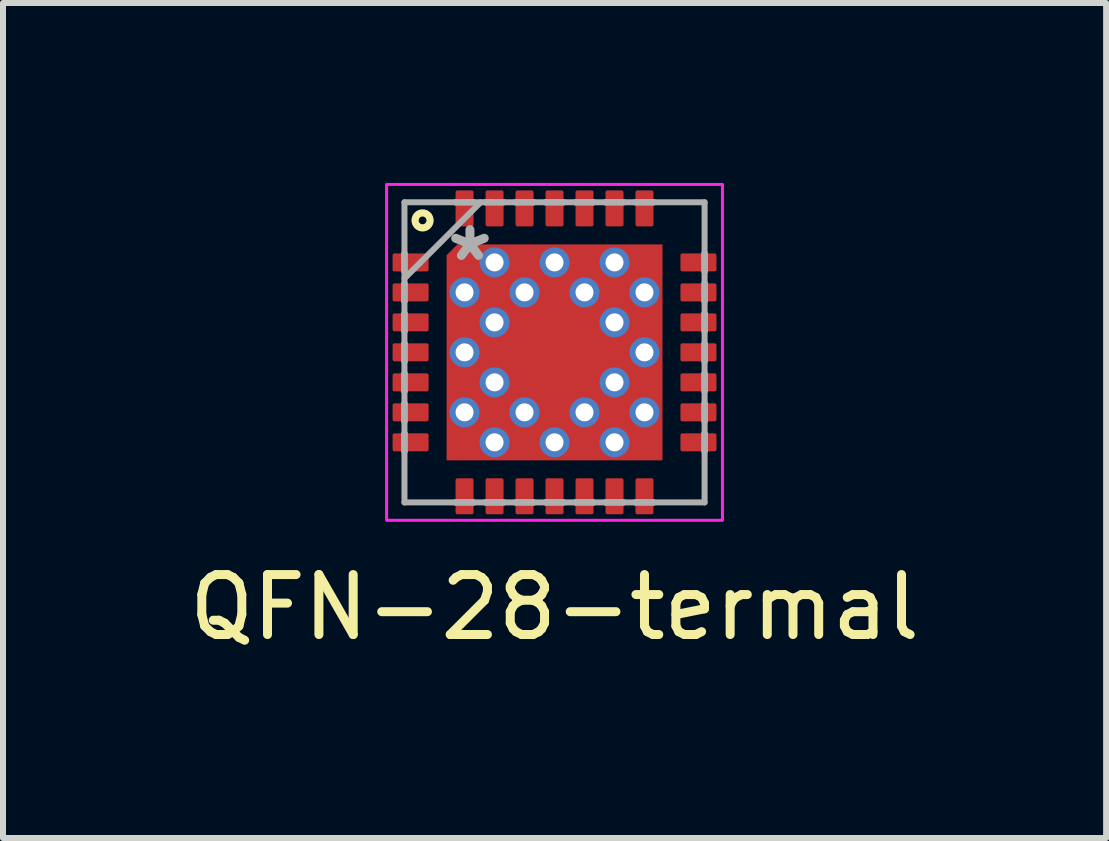
<source format=kicad_pcb>
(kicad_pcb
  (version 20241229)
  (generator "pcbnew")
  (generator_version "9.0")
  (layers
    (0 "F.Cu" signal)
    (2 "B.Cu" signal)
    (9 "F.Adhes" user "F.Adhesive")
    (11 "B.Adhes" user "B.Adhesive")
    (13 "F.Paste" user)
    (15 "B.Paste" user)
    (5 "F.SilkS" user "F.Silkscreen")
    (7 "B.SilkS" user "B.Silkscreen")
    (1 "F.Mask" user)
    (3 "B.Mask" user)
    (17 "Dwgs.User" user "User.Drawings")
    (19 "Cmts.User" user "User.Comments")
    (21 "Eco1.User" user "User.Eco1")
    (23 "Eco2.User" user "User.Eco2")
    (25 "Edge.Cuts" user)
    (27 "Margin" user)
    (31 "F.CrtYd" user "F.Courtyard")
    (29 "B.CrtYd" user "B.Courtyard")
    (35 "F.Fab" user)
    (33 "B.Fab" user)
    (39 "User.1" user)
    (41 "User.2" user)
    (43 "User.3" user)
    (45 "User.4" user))
  (footprint "QFN-28-termal"
    (layer "F.Cu")
    (at 6.196 2.825)
    (property "Reference" "QFN-28-termal" (at 0 4.25 0) (layer "F.SilkS") (effects (font (size 1 1) (thickness 0.15))))
    (attr smd)
    (fp_circle (center -2.2 -2.2) (end -2.075 -2.2) (stroke (width 0.12) (type solid)) (fill no) (layer "F.SilkS"))
    (fp_rect (start -1.7 -0.4) (end -1.4 -0.6) (stroke (width 0.11) (type solid)) (fill yes) (layer "F.Paste"))
    (fp_rect (start -1.7 0.6) (end -1.4 0.4) (stroke (width 0.1) (type solid)) (fill yes) (layer "F.Paste"))
    (fp_rect (start -1.7 1.7) (end -1.4 1.4) (stroke (width 0.1) (type solid)) (fill yes) (layer "F.Paste"))
    (fp_rect (start -1.1 -1.1) (end -0.9 -0.9) (stroke (width 0.1) (type solid)) (fill yes) (layer "F.Paste"))
    (fp_rect (start -1.1 1.1) (end -0.9 0.9) (stroke (width 0.1) (type solid)) (fill yes) (layer "F.Paste"))
    (fp_rect (start -0.6 -1.7) (end -0.4 -1.4) (stroke (width 0.1) (type solid)) (fill yes) (layer "F.Paste"))
    (fp_rect (start -0.4 1.7) (end -0.6 1.4) (stroke (width 0.11) (type solid)) (fill yes) (layer "F.Paste"))
    (fp_rect (start 0.4 -1.7) (end 0.6 -1.4) (stroke (width 0.11) (type solid)) (fill yes) (layer "F.Paste"))
    (fp_rect (start 0.6 1.7) (end 0.4 1.4) (stroke (width 0.1) (type solid)) (fill yes) (layer "F.Paste"))
    (fp_rect (start 1.1 -1.1) (end 0.9 -0.9) (stroke (width 0.1) (type solid)) (fill yes) (layer "F.Paste"))
    (fp_rect (start 1.1 1.1) (end 0.9 0.9) (stroke (width 0.1) (type solid)) (fill yes) (layer "F.Paste"))
    (fp_rect (start 1.7 -1.7) (end 1.4 -1.4) (stroke (width 0.1) (type solid)) (fill yes) (layer "F.Paste"))
    (fp_rect (start 1.7 -0.6) (end 1.4 -0.4) (stroke (width 0.1) (type solid)) (fill yes) (layer "F.Paste"))
    (fp_rect (start 1.7 0.4) (end 1.4 0.6) (stroke (width 0.11) (type solid)) (fill yes) (layer "F.Paste"))
    (fp_rect (start 1.7 1.7) (end 1.4 1.4) (stroke (width 0.1) (type solid)) (fill yes) (layer "F.Paste"))
    (fp_poly (pts (xy -1.7 -1.55) (xy -1.7 -1.4) (xy -1.4 -1.4) (xy -1.4 -1.7) (xy -1.55 -1.7)) (stroke (width 0.1) (type solid)) (fill yes) (layer "F.Paste"))
    (fp_poly (pts (xy -0.1 0.8) (xy -0.3 0.6) (xy -0.6 0.6) (xy -0.6 0.3) (xy -0.8 0.1) (xy -1.1 0.1) (xy -1.1 -0.1) (xy -0.8 -0.1) (xy -0.6 -0.3) (xy -0.6 -0.6) (xy -0.3 -0.6) (xy -0.1 -0.8) (xy -0.1 -1.1) (xy 0.1 -1.1) (xy 0.1 -0.8) (xy 0.3 -0.6) (xy 0.6 -0.6) (xy 0.6 -0.3) (xy 0.8 -0.1) (xy 1.1 -0.1) (xy 1.1 0.1) (xy 0.8 0.1) (xy 0.6 0.3) (xy 0.6 0.6) (xy 0.3 0.6) (xy 0.1 0.8) (xy 0.1 1.1) (xy -0.1 1.1)) (stroke (width 0.12) (type solid)) (fill yes) (layer "F.Paste"))
    (fp_rect (start -2.8 -2.8) (end 2.8 2.8) (stroke (width 0.05) (type default)) (fill no) (layer "F.CrtYd"))
    (fp_line (start -2.502 -2.502) (end -2.502 2.502) (stroke (width 0.1) (type solid)) (layer "F.Fab"))
    (fp_line (start -2.502 -1.652) (end -2.502 -1.652) (stroke (width 0.1) (type solid)) (layer "F.Fab"))
    (fp_line (start -2.502 -1.652) (end -2.502 -1.348) (stroke (width 0.1) (type solid)) (layer "F.Fab"))
    (fp_line (start -2.502 -1.348) (end -2.502 -1.652) (stroke (width 0.1) (type solid)) (layer "F.Fab"))
    (fp_line (start -2.502 -1.348) (end -2.502 -1.348) (stroke (width 0.1) (type solid)) (layer "F.Fab"))
    (fp_line (start -2.502 -1.232) (end -1.232 -2.502) (stroke (width 0.1) (type solid)) (layer "F.Fab"))
    (fp_line (start -2.502 -1.152) (end -2.502 -1.152) (stroke (width 0.1) (type solid)) (layer "F.Fab"))
    (fp_line (start -2.502 -1.152) (end -2.502 -0.848) (stroke (width 0.1) (type solid)) (layer "F.Fab"))
    (fp_line (start -2.502 -0.848) (end -2.502 -1.152) (stroke (width 0.1) (type solid)) (layer "F.Fab"))
    (fp_line (start -2.502 -0.848) (end -2.502 -0.848) (stroke (width 0.1) (type solid)) (layer "F.Fab"))
    (fp_line (start -2.502 -0.652) (end -2.502 -0.652) (stroke (width 0.1) (type solid)) (layer "F.Fab"))
    (fp_line (start -2.502 -0.652) (end -2.502 -0.348) (stroke (width 0.1) (type solid)) (layer "F.Fab"))
    (fp_line (start -2.502 -0.348) (end -2.502 -0.652) (stroke (width 0.1) (type solid)) (layer "F.Fab"))
    (fp_line (start -2.502 -0.348) (end -2.502 -0.348) (stroke (width 0.1) (type solid)) (layer "F.Fab"))
    (fp_line (start -2.502 -0.152) (end -2.502 -0.152) (stroke (width 0.1) (type solid)) (layer "F.Fab"))
    (fp_line (start -2.502 -0.152) (end -2.502 0.152) (stroke (width 0.1) (type solid)) (layer "F.Fab"))
    (fp_line (start -2.502 0.152) (end -2.502 -0.152) (stroke (width 0.1) (type solid)) (layer "F.Fab"))
    (fp_line (start -2.502 0.152) (end -2.502 0.152) (stroke (width 0.1) (type solid)) (layer "F.Fab"))
    (fp_line (start -2.502 0.348) (end -2.502 0.348) (stroke (width 0.1) (type solid)) (layer "F.Fab"))
    (fp_line (start -2.502 0.348) (end -2.502 0.652) (stroke (width 0.1) (type solid)) (layer "F.Fab"))
    (fp_line (start -2.502 0.652) (end -2.502 0.348) (stroke (width 0.1) (type solid)) (layer "F.Fab"))
    (fp_line (start -2.502 0.652) (end -2.502 0.652) (stroke (width 0.1) (type solid)) (layer "F.Fab"))
    (fp_line (start -2.502 0.848) (end -2.502 0.848) (stroke (width 0.1) (type solid)) (layer "F.Fab"))
    (fp_line (start -2.502 0.848) (end -2.502 1.152) (stroke (width 0.1) (type solid)) (layer "F.Fab"))
    (fp_line (start -2.502 1.152) (end -2.502 0.848) (stroke (width 0.1) (type solid)) (layer "F.Fab"))
    (fp_line (start -2.502 1.152) (end -2.502 1.152) (stroke (width 0.1) (type solid)) (layer "F.Fab"))
    (fp_line (start -2.502 1.348) (end -2.502 1.348) (stroke (width 0.1) (type solid)) (layer "F.Fab"))
    (fp_line (start -2.502 1.348) (end -2.502 1.652) (stroke (width 0.1) (type solid)) (layer "F.Fab"))
    (fp_line (start -2.502 1.652) (end -2.502 1.348) (stroke (width 0.1) (type solid)) (layer "F.Fab"))
    (fp_line (start -2.502 1.652) (end -2.502 1.652) (stroke (width 0.1) (type solid)) (layer "F.Fab"))
    (fp_line (start -2.502 2.502) (end 2.502 2.502) (stroke (width 0.1) (type solid)) (layer "F.Fab"))
    (fp_line (start -1.652 -2.502) (end -1.652 -2.502) (stroke (width 0.1) (type solid)) (layer "F.Fab"))
    (fp_line (start -1.652 -2.502) (end -1.348 -2.502) (stroke (width 0.1) (type solid)) (layer "F.Fab"))
    (fp_line (start -1.652 2.502) (end -1.652 2.502) (stroke (width 0.1) (type solid)) (layer "F.Fab"))
    (fp_line (start -1.652 2.502) (end -1.348 2.502) (stroke (width 0.1) (type solid)) (layer "F.Fab"))
    (fp_line (start -1.348 -2.502) (end -1.652 -2.502) (stroke (width 0.1) (type solid)) (layer "F.Fab"))
    (fp_line (start -1.348 -2.502) (end -1.348 -2.502) (stroke (width 0.1) (type solid)) (layer "F.Fab"))
    (fp_line (start -1.348 2.502) (end -1.652 2.502) (stroke (width 0.1) (type solid)) (layer "F.Fab"))
    (fp_line (start -1.348 2.502) (end -1.348 2.502) (stroke (width 0.1) (type solid)) (layer "F.Fab"))
    (fp_line (start -1.152 -2.502) (end -1.152 -2.502) (stroke (width 0.1) (type solid)) (layer "F.Fab"))
    (fp_line (start -1.152 -2.502) (end -0.848 -2.502) (stroke (width 0.1) (type solid)) (layer "F.Fab"))
    (fp_line (start -1.152 2.502) (end -1.152 2.502) (stroke (width 0.1) (type solid)) (layer "F.Fab"))
    (fp_line (start -1.152 2.502) (end -0.848 2.502) (stroke (width 0.1) (type solid)) (layer "F.Fab"))
    (fp_line (start -0.848 -2.502) (end -1.152 -2.502) (stroke (width 0.1) (type solid)) (layer "F.Fab"))
    (fp_line (start -0.848 -2.502) (end -0.848 -2.502) (stroke (width 0.1) (type solid)) (layer "F.Fab"))
    (fp_line (start -0.848 2.502) (end -1.152 2.502) (stroke (width 0.1) (type solid)) (layer "F.Fab"))
    (fp_line (start -0.848 2.502) (end -0.848 2.502) (stroke (width 0.1) (type solid)) (layer "F.Fab"))
    (fp_line (start -0.652 -2.502) (end -0.652 -2.502) (stroke (width 0.1) (type solid)) (layer "F.Fab"))
    (fp_line (start -0.652 -2.502) (end -0.348 -2.502) (stroke (width 0.1) (type solid)) (layer "F.Fab"))
    (fp_line (start -0.652 2.502) (end -0.652 2.502) (stroke (width 0.1) (type solid)) (layer "F.Fab"))
    (fp_line (start -0.652 2.502) (end -0.348 2.502) (stroke (width 0.1) (type solid)) (layer "F.Fab"))
    (fp_line (start -0.348 -2.502) (end -0.652 -2.502) (stroke (width 0.1) (type solid)) (layer "F.Fab"))
    (fp_line (start -0.348 -2.502) (end -0.348 -2.502) (stroke (width 0.1) (type solid)) (layer "F.Fab"))
    (fp_line (start -0.348 2.502) (end -0.652 2.502) (stroke (width 0.1) (type solid)) (layer "F.Fab"))
    (fp_line (start -0.348 2.502) (end -0.348 2.502) (stroke (width 0.1) (type solid)) (layer "F.Fab"))
    (fp_line (start -0.152 -2.502) (end -0.152 -2.502) (stroke (width 0.1) (type solid)) (layer "F.Fab"))
    (fp_line (start -0.152 -2.502) (end 0.152 -2.502) (stroke (width 0.1) (type solid)) (layer "F.Fab"))
    (fp_line (start -0.152 2.502) (end -0.152 2.502) (stroke (width 0.1) (type solid)) (layer "F.Fab"))
    (fp_line (start -0.152 2.502) (end 0.152 2.502) (stroke (width 0.1) (type solid)) (layer "F.Fab"))
    (fp_line (start 0.152 -2.502) (end -0.152 -2.502) (stroke (width 0.1) (type solid)) (layer "F.Fab"))
    (fp_line (start 0.152 -2.502) (end 0.152 -2.502) (stroke (width 0.1) (type solid)) (layer "F.Fab"))
    (fp_line (start 0.152 2.502) (end -0.152 2.502) (stroke (width 0.1) (type solid)) (layer "F.Fab"))
    (fp_line (start 0.152 2.502) (end 0.152 2.502) (stroke (width 0.1) (type solid)) (layer "F.Fab"))
    (fp_line (start 0.348 -2.502) (end 0.348 -2.502) (stroke (width 0.1) (type solid)) (layer "F.Fab"))
    (fp_line (start 0.348 -2.502) (end 0.652 -2.502) (stroke (width 0.1) (type solid)) (layer "F.Fab"))
    (fp_line (start 0.348 2.502) (end 0.348 2.502) (stroke (width 0.1) (type solid)) (layer "F.Fab"))
    (fp_line (start 0.348 2.502) (end 0.652 2.502) (stroke (width 0.1) (type solid)) (layer "F.Fab"))
    (fp_line (start 0.652 -2.502) (end 0.348 -2.502) (stroke (width 0.1) (type solid)) (layer "F.Fab"))
    (fp_line (start 0.652 -2.502) (end 0.652 -2.502) (stroke (width 0.1) (type solid)) (layer "F.Fab"))
    (fp_line (start 0.652 2.502) (end 0.348 2.502) (stroke (width 0.1) (type solid)) (layer "F.Fab"))
    (fp_line (start 0.652 2.502) (end 0.652 2.502) (stroke (width 0.1) (type solid)) (layer "F.Fab"))
    (fp_line (start 0.848 -2.502) (end 0.848 -2.502) (stroke (width 0.1) (type solid)) (layer "F.Fab"))
    (fp_line (start 0.848 -2.502) (end 1.152 -2.502) (stroke (width 0.1) (type solid)) (layer "F.Fab"))
    (fp_line (start 0.848 2.502) (end 0.848 2.502) (stroke (width 0.1) (type solid)) (layer "F.Fab"))
    (fp_line (start 0.848 2.502) (end 1.152 2.502) (stroke (width 0.1) (type solid)) (layer "F.Fab"))
    (fp_line (start 1.152 -2.502) (end 0.848 -2.502) (stroke (width 0.1) (type solid)) (layer "F.Fab"))
    (fp_line (start 1.152 -2.502) (end 1.152 -2.502) (stroke (width 0.1) (type solid)) (layer "F.Fab"))
    (fp_line (start 1.152 2.502) (end 0.848 2.502) (stroke (width 0.1) (type solid)) (layer "F.Fab"))
    (fp_line (start 1.152 2.502) (end 1.152 2.502) (stroke (width 0.1) (type solid)) (layer "F.Fab"))
    (fp_line (start 1.348 -2.502) (end 1.348 -2.502) (stroke (width 0.1) (type solid)) (layer "F.Fab"))
    (fp_line (start 1.348 -2.502) (end 1.652 -2.502) (stroke (width 0.1) (type solid)) (layer "F.Fab"))
    (fp_line (start 1.348 2.502) (end 1.348 2.502) (stroke (width 0.1) (type solid)) (layer "F.Fab"))
    (fp_line (start 1.348 2.502) (end 1.652 2.502) (stroke (width 0.1) (type solid)) (layer "F.Fab"))
    (fp_line (start 1.652 -2.502) (end 1.348 -2.502) (stroke (width 0.1) (type solid)) (layer "F.Fab"))
    (fp_line (start 1.652 -2.502) (end 1.652 -2.502) (stroke (width 0.1) (type solid)) (layer "F.Fab"))
    (fp_line (start 1.652 2.502) (end 1.348 2.502) (stroke (width 0.1) (type solid)) (layer "F.Fab"))
    (fp_line (start 1.652 2.502) (end 1.652 2.502) (stroke (width 0.1) (type solid)) (layer "F.Fab"))
    (fp_line (start 2.502 -2.502) (end -2.502 -2.502) (stroke (width 0.1) (type solid)) (layer "F.Fab"))
    (fp_line (start 2.502 -1.652) (end 2.502 -1.652) (stroke (width 0.1) (type solid)) (layer "F.Fab"))
    (fp_line (start 2.502 -1.652) (end 2.502 -1.348) (stroke (width 0.1) (type solid)) (layer "F.Fab"))
    (fp_line (start 2.502 -1.348) (end 2.502 -1.652) (stroke (width 0.1) (type solid)) (layer "F.Fab"))
    (fp_line (start 2.502 -1.348) (end 2.502 -1.348) (stroke (width 0.1) (type solid)) (layer "F.Fab"))
    (fp_line (start 2.502 -1.152) (end 2.502 -1.152) (stroke (width 0.1) (type solid)) (layer "F.Fab"))
    (fp_line (start 2.502 -1.152) (end 2.502 -0.848) (stroke (width 0.1) (type solid)) (layer "F.Fab"))
    (fp_line (start 2.502 -0.848) (end 2.502 -1.152) (stroke (width 0.1) (type solid)) (layer "F.Fab"))
    (fp_line (start 2.502 -0.848) (end 2.502 -0.848) (stroke (width 0.1) (type solid)) (layer "F.Fab"))
    (fp_line (start 2.502 -0.652) (end 2.502 -0.652) (stroke (width 0.1) (type solid)) (layer "F.Fab"))
    (fp_line (start 2.502 -0.652) (end 2.502 -0.348) (stroke (width 0.1) (type solid)) (layer "F.Fab"))
    (fp_line (start 2.502 -0.348) (end 2.502 -0.652) (stroke (width 0.1) (type solid)) (layer "F.Fab"))
    (fp_line (start 2.502 -0.348) (end 2.502 -0.348) (stroke (width 0.1) (type solid)) (layer "F.Fab"))
    (fp_line (start 2.502 -0.152) (end 2.502 -0.152) (stroke (width 0.1) (type solid)) (layer "F.Fab"))
    (fp_line (start 2.502 -0.152) (end 2.502 0.152) (stroke (width 0.1) (type solid)) (layer "F.Fab"))
    (fp_line (start 2.502 0.152) (end 2.502 -0.152) (stroke (width 0.1) (type solid)) (layer "F.Fab"))
    (fp_line (start 2.502 0.152) (end 2.502 0.152) (stroke (width 0.1) (type solid)) (layer "F.Fab"))
    (fp_line (start 2.502 0.348) (end 2.502 0.348) (stroke (width 0.1) (type solid)) (layer "F.Fab"))
    (fp_line (start 2.502 0.348) (end 2.502 0.652) (stroke (width 0.1) (type solid)) (layer "F.Fab"))
    (fp_line (start 2.502 0.652) (end 2.502 0.348) (stroke (width 0.1) (type solid)) (layer "F.Fab"))
    (fp_line (start 2.502 0.652) (end 2.502 0.652) (stroke (width 0.1) (type solid)) (layer "F.Fab"))
    (fp_line (start 2.502 0.848) (end 2.502 0.848) (stroke (width 0.1) (type solid)) (layer "F.Fab"))
    (fp_line (start 2.502 0.848) (end 2.502 1.152) (stroke (width 0.1) (type solid)) (layer "F.Fab"))
    (fp_line (start 2.502 1.152) (end 2.502 0.848) (stroke (width 0.1) (type solid)) (layer "F.Fab"))
    (fp_line (start 2.502 1.152) (end 2.502 1.152) (stroke (width 0.1) (type solid)) (layer "F.Fab"))
    (fp_line (start 2.502 1.348) (end 2.502 1.348) (stroke (width 0.1) (type solid)) (layer "F.Fab"))
    (fp_line (start 2.502 1.348) (end 2.502 1.652) (stroke (width 0.1) (type solid)) (layer "F.Fab"))
    (fp_line (start 2.502 1.652) (end 2.502 1.348) (stroke (width 0.1) (type solid)) (layer "F.Fab"))
    (fp_line (start 2.502 1.652) (end 2.502 1.652) (stroke (width 0.1) (type solid)) (layer "F.Fab"))
    (fp_line (start 2.502 2.502) (end 2.502 -2.502) (stroke (width 0.1) (type solid)) (layer "F.Fab"))
    (fp_text user "*" (at -1.41 -1.5 0) (layer "F.Fab") (effects (font (size 1 1) (thickness 0.15))))
    (pad "1" smd roundrect (at -2.4 -1.5) (size 0.6 0.3) (layers "F.Cu" "F.Mask" "F.Paste") (roundrect_rratio 0.1))
    (pad "2" smd roundrect (at -2.4 -1) (size 0.6 0.3) (layers "F.Cu" "F.Mask" "F.Paste") (roundrect_rratio 0.1))
    (pad "3" smd roundrect (at -2.4 -0.5) (size 0.6 0.3) (layers "F.Cu" "F.Mask" "F.Paste") (roundrect_rratio 0.1))
    (pad "4" smd roundrect (at -2.4 -0.000001) (size 0.6 0.3) (layers "F.Cu" "F.Mask" "F.Paste") (roundrect_rratio 0.1))
    (pad "5" smd roundrect (at -2.4 0.5) (size 0.6 0.3) (layers "F.Cu" "F.Mask" "F.Paste") (roundrect_rratio 0.1))
    (pad "6" smd roundrect (at -2.4 1) (size 0.6 0.3) (layers "F.Cu" "F.Mask" "F.Paste") (roundrect_rratio 0.1))
    (pad "7" smd roundrect (at -2.4 1.5) (size 0.6 0.3) (layers "F.Cu" "F.Mask" "F.Paste") (roundrect_rratio 0.1))
    (pad "8" smd roundrect (at -1.5 2.4 90) (size 0.6 0.3) (layers "F.Cu" "F.Mask" "F.Paste") (roundrect_rratio 0.1))
    (pad "9" smd roundrect (at -1 2.4 90) (size 0.6 0.3) (layers "F.Cu" "F.Mask" "F.Paste") (roundrect_rratio 0.1))
    (pad "10" smd roundrect (at -0.5 2.4 90) (size 0.6 0.3) (layers "F.Cu" "F.Mask" "F.Paste") (roundrect_rratio 0.1))
    (pad "11" smd roundrect (at 0 2.4 90) (size 0.6 0.3) (layers "F.Cu" "F.Mask" "F.Paste") (roundrect_rratio 0.1))
    (pad "12" smd roundrect (at 0.5 2.4 90) (size 0.6 0.3) (layers "F.Cu" "F.Mask" "F.Paste") (roundrect_rratio 0.1))
    (pad "13" smd roundrect (at 1 2.4 90) (size 0.6 0.3) (layers "F.Cu" "F.Mask" "F.Paste") (roundrect_rratio 0.1))
    (pad "14" smd roundrect (at 1.5 2.4 90) (size 0.6 0.3) (layers "F.Cu" "F.Mask" "F.Paste") (roundrect_rratio 0.1))
    (pad "15" smd roundrect (at 2.4 1.5) (size 0.6 0.3) (layers "F.Cu" "F.Mask" "F.Paste") (roundrect_rratio 0.1))
    (pad "16" smd roundrect (at 2.4 1) (size 0.6 0.3) (layers "F.Cu" "F.Mask" "F.Paste") (roundrect_rratio 0.1))
    (pad "17" smd roundrect (at 2.4 0.5) (size 0.6 0.3) (layers "F.Cu" "F.Mask" "F.Paste") (roundrect_rratio 0.1))
    (pad "18" smd roundrect (at 2.4 -0.000001) (size 0.6 0.3) (layers "F.Cu" "F.Mask" "F.Paste") (roundrect_rratio 0.1))
    (pad "19" smd roundrect (at 2.4 -0.5) (size 0.6 0.3) (layers "F.Cu" "F.Mask" "F.Paste") (roundrect_rratio 0.1))
    (pad "20" smd roundrect (at 2.4 -1) (size 0.6 0.3) (layers "F.Cu" "F.Mask" "F.Paste") (roundrect_rratio 0.1))
    (pad "21" smd roundrect (at 2.4 -1.5) (size 0.6 0.3) (layers "F.Cu" "F.Mask" "F.Paste") (roundrect_rratio 0.1))
    (pad "22" smd roundrect (at 1.5 -2.4 90) (size 0.6 0.3) (layers "F.Cu" "F.Mask" "F.Paste") (roundrect_rratio 0.1))
    (pad "23" smd roundrect (at 1 -2.4 90) (size 0.6 0.3) (layers "F.Cu" "F.Mask" "F.Paste") (roundrect_rratio 0.1))
    (pad "24" smd roundrect (at 0.5 -2.4 90) (size 0.6 0.3) (layers "F.Cu" "F.Mask" "F.Paste") (roundrect_rratio 0.1))
    (pad "25" smd roundrect (at 0 -2.4 90) (size 0.6 0.3) (layers "F.Cu" "F.Mask" "F.Paste") (roundrect_rratio 0.1))
    (pad "26" smd roundrect (at -0.5 -2.4 90) (size 0.6 0.3) (layers "F.Cu" "F.Mask" "F.Paste") (roundrect_rratio 0.1))
    (pad "27" smd roundrect (at -1 -2.4 90) (size 0.6 0.3) (layers "F.Cu" "F.Mask" "F.Paste") (roundrect_rratio 0.1))
    (pad "28" smd roundrect (at -1.5 -2.4 90) (size 0.6 0.3) (layers "F.Cu" "F.Mask" "F.Paste") (roundrect_rratio 0.1))
    (pad "29" thru_hole circle (at -1.5 -1) (size 0.5 0.5) (drill 0.3) (property pad_prop_heatsink) (layers "*.Cu"))
    (pad "29" thru_hole circle (at -1.5 0) (size 0.5 0.5) (drill 0.3) (property pad_prop_heatsink) (layers "*.Cu"))
    (pad "29" thru_hole circle (at -1.5 1) (size 0.5 0.5) (drill 0.3) (property pad_prop_heatsink) (layers "*.Cu"))
    (pad "29" thru_hole circle (at -1 -1.5) (size 0.5 0.5) (drill 0.3) (property pad_prop_heatsink) (layers "*.Cu"))
    (pad "29" thru_hole circle (at -1 -0.5) (size 0.5 0.5) (drill 0.3) (property pad_prop_heatsink) (layers "*.Cu"))
    (pad "29" thru_hole circle (at -1 0.5) (size 0.5 0.5) (drill 0.3) (property pad_prop_heatsink) (layers "*.Cu"))
    (pad "29" thru_hole circle (at -1 1.5) (size 0.5 0.5) (drill 0.3) (property pad_prop_heatsink) (layers "*.Cu"))
    (pad "29" thru_hole circle (at -0.5 -1) (size 0.5 0.5) (drill 0.3) (property pad_prop_heatsink) (layers "*.Cu"))
    (pad "29" thru_hole circle (at -0.5 1) (size 0.5 0.5) (drill 0.3) (property pad_prop_heatsink) (layers "*.Cu"))
    (pad "29" thru_hole circle (at 0 -1.5) (size 0.5 0.5) (drill 0.3) (property pad_prop_heatsink) (layers "*.Cu"))
    (pad "29" smd roundrect (at 0 0) (size 3.6 3.6) (property pad_prop_heatsink) (layers "F.Cu" "F.Mask") (roundrect_rratio 0) (chamfer_ratio 0.05) (chamfer top_left))
    (pad "29" thru_hole circle (at 0 1.5) (size 0.5 0.5) (drill 0.3) (property pad_prop_heatsink) (layers "*.Cu"))
    (pad "29" thru_hole circle (at 0.5 -1) (size 0.5 0.5) (drill 0.3) (property pad_prop_heatsink) (layers "*.Cu"))
    (pad "29" thru_hole circle (at 0.5 1) (size 0.5 0.5) (drill 0.3) (property pad_prop_heatsink) (layers "*.Cu"))
    (pad "29" thru_hole circle (at 1 -1.5) (size 0.5 0.5) (drill 0.3) (property pad_prop_heatsink) (layers "*.Cu"))
    (pad "29" thru_hole circle (at 1 -0.5) (size 0.5 0.5) (drill 0.3) (property pad_prop_heatsink) (layers "*.Cu"))
    (pad "29" thru_hole circle (at 1 0.5) (size 0.5 0.5) (drill 0.3) (property pad_prop_heatsink) (layers "*.Cu"))
    (pad "29" thru_hole circle (at 1 1.5) (size 0.5 0.5) (drill 0.3) (property pad_prop_heatsink) (layers "*.Cu"))
    (pad "29" thru_hole circle (at 1.5 -1) (size 0.5 0.5) (drill 0.3) (property pad_prop_heatsink) (layers "*.Cu"))
    (pad "29" thru_hole circle (at 1.5 0) (size 0.5 0.5) (drill 0.3) (property pad_prop_heatsink) (layers "*.Cu"))
    (pad "29" thru_hole circle (at 1.5 1) (size 0.5 0.5) (drill 0.3) (property pad_prop_heatsink) (layers "*.Cu")))
  (gr_rect
    (start -3 -3)
    (end 15.393 10.923)
    (stroke (width 0.1) (type default))
    (fill no)
    (layer "Edge.Cuts")))
</source>
